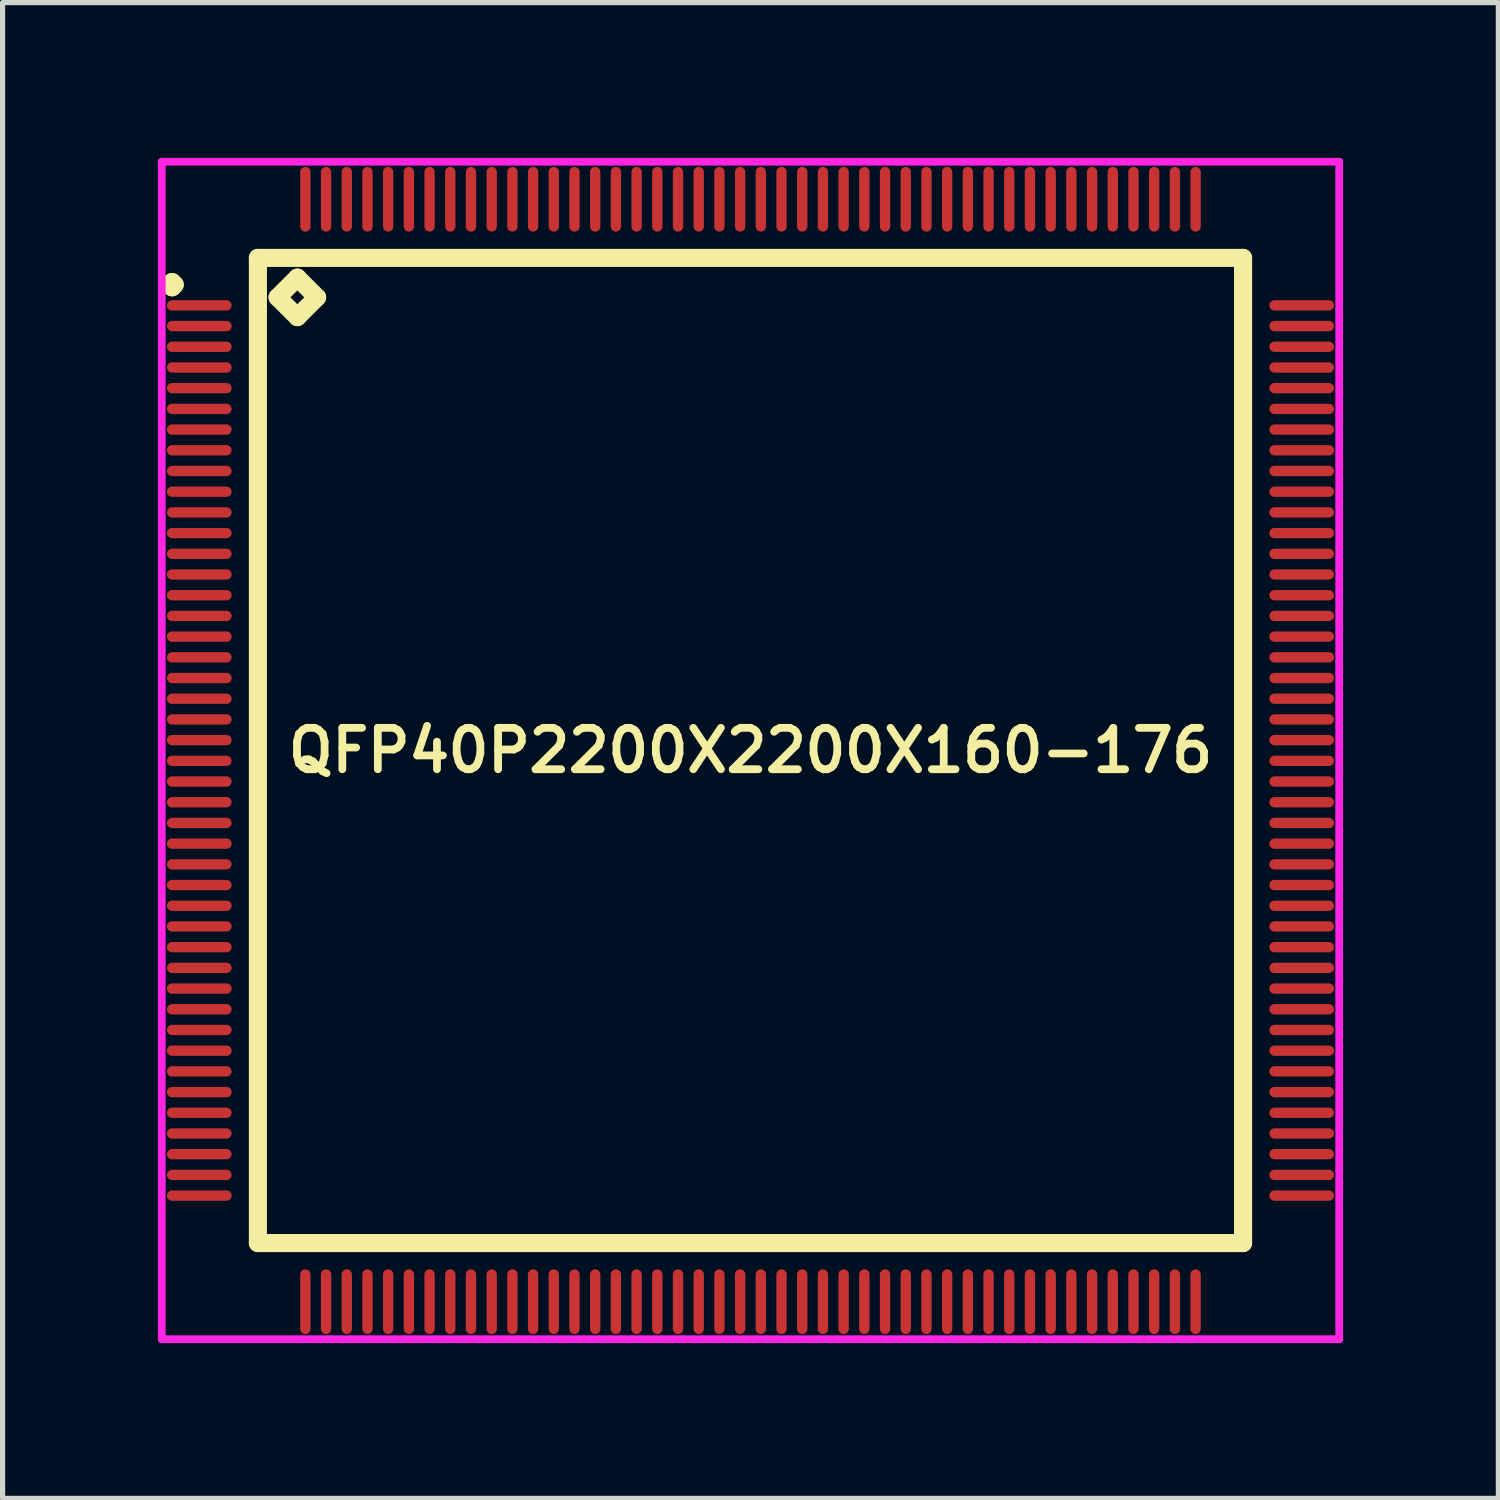
<source format=kicad_pcb>
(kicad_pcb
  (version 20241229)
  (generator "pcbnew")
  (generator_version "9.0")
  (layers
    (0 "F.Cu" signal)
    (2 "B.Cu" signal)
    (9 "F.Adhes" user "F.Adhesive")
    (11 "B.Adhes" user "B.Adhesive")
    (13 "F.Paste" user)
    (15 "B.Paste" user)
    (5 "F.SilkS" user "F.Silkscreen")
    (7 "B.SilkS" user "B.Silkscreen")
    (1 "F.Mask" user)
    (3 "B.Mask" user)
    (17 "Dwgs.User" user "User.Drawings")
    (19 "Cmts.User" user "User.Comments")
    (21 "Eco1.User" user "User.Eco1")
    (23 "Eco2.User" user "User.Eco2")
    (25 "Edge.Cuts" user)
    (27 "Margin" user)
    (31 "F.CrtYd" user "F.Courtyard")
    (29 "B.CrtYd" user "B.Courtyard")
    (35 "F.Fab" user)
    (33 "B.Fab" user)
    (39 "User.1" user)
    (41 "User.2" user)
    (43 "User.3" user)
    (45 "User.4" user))
  (footprint "QFP40P2200X2200X160-176"
    (layer "F.Cu")
    (at 11.45 11.45)
    (property "Reference" "QFP40P2200X2200X160-176" (at 0 0 0) (layer "F.SilkS") (effects (font (size 0.8 0.8) (thickness 0.15))))
    (attr smd)
    (fp_line (start -11.225 -9) (end -11.175 -9.05) (stroke (width 0.35) (type solid)) (layer "F.SilkS"))
    (fp_line (start -11.175 -9.05) (end -11.125 -9) (stroke (width 0.35) (type solid)) (layer "F.SilkS"))
    (fp_line (start -11.175 -8.95) (end -11.225 -9) (stroke (width 0.35) (type solid)) (layer "F.SilkS"))
    (fp_line (start -11.125 -9) (end -11.175 -8.95) (stroke (width 0.35) (type solid)) (layer "F.SilkS"))
    (fp_line (start -9.517 -9.517) (end -9.517 9.517) (stroke (width 0.35) (type solid)) (layer "F.SilkS"))
    (fp_line (start -9.517 9.517) (end 9.517 9.517) (stroke (width 0.35) (type solid)) (layer "F.SilkS"))
    (fp_line (start -9.136 -8.755) (end -8.755 -9.136) (stroke (width 0.35) (type solid)) (layer "F.SilkS"))
    (fp_line (start -8.755 -9.136) (end -8.374 -8.755) (stroke (width 0.35) (type solid)) (layer "F.SilkS"))
    (fp_line (start -8.755 -8.374) (end -9.136 -8.755) (stroke (width 0.35) (type solid)) (layer "F.SilkS"))
    (fp_line (start -8.374 -8.755) (end -8.755 -8.374) (stroke (width 0.35) (type solid)) (layer "F.SilkS"))
    (fp_line (start 9.517 -9.517) (end -9.517 -9.517) (stroke (width 0.35) (type solid)) (layer "F.SilkS"))
    (fp_line (start 9.517 9.517) (end 9.517 -9.517) (stroke (width 0.35) (type solid)) (layer "F.SilkS"))
    (fp_line (start -11.375 -11.375) (end 11.375 -11.375) (stroke (width 0.15) (type solid)) (layer "F.CrtYd"))
    (fp_line (start -11.375 11.375) (end -11.375 -11.375) (stroke (width 0.15) (type solid)) (layer "F.CrtYd"))
    (fp_line (start 11.375 -11.375) (end 11.375 11.375) (stroke (width 0.15) (type solid)) (layer "F.CrtYd"))
    (fp_line (start 11.375 11.375) (end -11.375 11.375) (stroke (width 0.15) (type solid)) (layer "F.CrtYd"))
    (pad "1" smd oval (at -10.65 -8.6) (size 1.25 0.2) (layers "F.Cu" "F.Mask" "F.Paste"))
    (pad "2" smd oval (at -10.65 -8.2) (size 1.25 0.2) (layers "F.Cu" "F.Mask" "F.Paste"))
    (pad "3" smd oval (at -10.65 -7.8) (size 1.25 0.2) (layers "F.Cu" "F.Mask" "F.Paste"))
    (pad "4" smd oval (at -10.65 -7.4) (size 1.25 0.2) (layers "F.Cu" "F.Mask" "F.Paste"))
    (pad "5" smd oval (at -10.65 -7) (size 1.25 0.2) (layers "F.Cu" "F.Mask" "F.Paste"))
    (pad "6" smd oval (at -10.65 -6.6) (size 1.25 0.2) (layers "F.Cu" "F.Mask" "F.Paste"))
    (pad "7" smd oval (at -10.65 -6.2) (size 1.25 0.2) (layers "F.Cu" "F.Mask" "F.Paste"))
    (pad "8" smd oval (at -10.65 -5.8) (size 1.25 0.2) (layers "F.Cu" "F.Mask" "F.Paste"))
    (pad "9" smd oval (at -10.65 -5.4) (size 1.25 0.2) (layers "F.Cu" "F.Mask" "F.Paste"))
    (pad "10" smd oval (at -10.65 -5) (size 1.25 0.2) (layers "F.Cu" "F.Mask" "F.Paste"))
    (pad "11" smd oval (at -10.65 -4.6) (size 1.25 0.2) (layers "F.Cu" "F.Mask" "F.Paste"))
    (pad "12" smd oval (at -10.65 -4.2) (size 1.25 0.2) (layers "F.Cu" "F.Mask" "F.Paste"))
    (pad "13" smd oval (at -10.65 -3.8) (size 1.25 0.2) (layers "F.Cu" "F.Mask" "F.Paste"))
    (pad "14" smd oval (at -10.65 -3.4) (size 1.25 0.2) (layers "F.Cu" "F.Mask" "F.Paste"))
    (pad "15" smd oval (at -10.65 -3) (size 1.25 0.2) (layers "F.Cu" "F.Mask" "F.Paste"))
    (pad "16" smd oval (at -10.65 -2.6) (size 1.25 0.2) (layers "F.Cu" "F.Mask" "F.Paste"))
    (pad "17" smd oval (at -10.65 -2.2) (size 1.25 0.2) (layers "F.Cu" "F.Mask" "F.Paste"))
    (pad "18" smd oval (at -10.65 -1.8) (size 1.25 0.2) (layers "F.Cu" "F.Mask" "F.Paste"))
    (pad "19" smd oval (at -10.65 -1.4) (size 1.25 0.2) (layers "F.Cu" "F.Mask" "F.Paste"))
    (pad "20" smd oval (at -10.65 -1) (size 1.25 0.2) (layers "F.Cu" "F.Mask" "F.Paste"))
    (pad "21" smd oval (at -10.65 -0.6) (size 1.25 0.2) (layers "F.Cu" "F.Mask" "F.Paste"))
    (pad "22" smd oval (at -10.65 -0.2) (size 1.25 0.2) (layers "F.Cu" "F.Mask" "F.Paste"))
    (pad "23" smd oval (at -10.65 0.2) (size 1.25 0.2) (layers "F.Cu" "F.Mask" "F.Paste"))
    (pad "24" smd oval (at -10.65 0.6) (size 1.25 0.2) (layers "F.Cu" "F.Mask" "F.Paste"))
    (pad "25" smd oval (at -10.65 1) (size 1.25 0.2) (layers "F.Cu" "F.Mask" "F.Paste"))
    (pad "26" smd oval (at -10.65 1.4) (size 1.25 0.2) (layers "F.Cu" "F.Mask" "F.Paste"))
    (pad "27" smd oval (at -10.65 1.8) (size 1.25 0.2) (layers "F.Cu" "F.Mask" "F.Paste"))
    (pad "28" smd oval (at -10.65 2.2) (size 1.25 0.2) (layers "F.Cu" "F.Mask" "F.Paste"))
    (pad "29" smd oval (at -10.65 2.6) (size 1.25 0.2) (layers "F.Cu" "F.Mask" "F.Paste"))
    (pad "30" smd oval (at -10.65 3) (size 1.25 0.2) (layers "F.Cu" "F.Mask" "F.Paste"))
    (pad "31" smd oval (at -10.65 3.4) (size 1.25 0.2) (layers "F.Cu" "F.Mask" "F.Paste"))
    (pad "32" smd oval (at -10.65 3.8) (size 1.25 0.2) (layers "F.Cu" "F.Mask" "F.Paste"))
    (pad "33" smd oval (at -10.65 4.2) (size 1.25 0.2) (layers "F.Cu" "F.Mask" "F.Paste"))
    (pad "34" smd oval (at -10.65 4.6) (size 1.25 0.2) (layers "F.Cu" "F.Mask" "F.Paste"))
    (pad "35" smd oval (at -10.65 5) (size 1.25 0.2) (layers "F.Cu" "F.Mask" "F.Paste"))
    (pad "36" smd oval (at -10.65 5.4) (size 1.25 0.2) (layers "F.Cu" "F.Mask" "F.Paste"))
    (pad "37" smd oval (at -10.65 5.8) (size 1.25 0.2) (layers "F.Cu" "F.Mask" "F.Paste"))
    (pad "38" smd oval (at -10.65 6.2) (size 1.25 0.2) (layers "F.Cu" "F.Mask" "F.Paste"))
    (pad "39" smd oval (at -10.65 6.6) (size 1.25 0.2) (layers "F.Cu" "F.Mask" "F.Paste"))
    (pad "40" smd oval (at -10.65 7) (size 1.25 0.2) (layers "F.Cu" "F.Mask" "F.Paste"))
    (pad "41" smd oval (at -10.65 7.4) (size 1.25 0.2) (layers "F.Cu" "F.Mask" "F.Paste"))
    (pad "42" smd oval (at -10.65 7.8) (size 1.25 0.2) (layers "F.Cu" "F.Mask" "F.Paste"))
    (pad "43" smd oval (at -10.65 8.2) (size 1.25 0.2) (layers "F.Cu" "F.Mask" "F.Paste"))
    (pad "44" smd oval (at -10.65 8.6) (size 1.25 0.2) (layers "F.Cu" "F.Mask" "F.Paste"))
    (pad "45" smd oval (at -8.6 10.65) (size 0.2 1.25) (layers "F.Cu" "F.Mask" "F.Paste"))
    (pad "46" smd oval (at -8.2 10.65) (size 0.2 1.25) (layers "F.Cu" "F.Mask" "F.Paste"))
    (pad "47" smd oval (at -7.8 10.65) (size 0.2 1.25) (layers "F.Cu" "F.Mask" "F.Paste"))
    (pad "48" smd oval (at -7.4 10.65) (size 0.2 1.25) (layers "F.Cu" "F.Mask" "F.Paste"))
    (pad "49" smd oval (at -7 10.65) (size 0.2 1.25) (layers "F.Cu" "F.Mask" "F.Paste"))
    (pad "50" smd oval (at -6.6 10.65) (size 0.2 1.25) (layers "F.Cu" "F.Mask" "F.Paste"))
    (pad "51" smd oval (at -6.2 10.65) (size 0.2 1.25) (layers "F.Cu" "F.Mask" "F.Paste"))
    (pad "52" smd oval (at -5.8 10.65) (size 0.2 1.25) (layers "F.Cu" "F.Mask" "F.Paste"))
    (pad "53" smd oval (at -5.4 10.65) (size 0.2 1.25) (layers "F.Cu" "F.Mask" "F.Paste"))
    (pad "54" smd oval (at -5 10.65) (size 0.2 1.25) (layers "F.Cu" "F.Mask" "F.Paste"))
    (pad "55" smd oval (at -4.6 10.65) (size 0.2 1.25) (layers "F.Cu" "F.Mask" "F.Paste"))
    (pad "56" smd oval (at -4.2 10.65) (size 0.2 1.25) (layers "F.Cu" "F.Mask" "F.Paste"))
    (pad "57" smd oval (at -3.8 10.65) (size 0.2 1.25) (layers "F.Cu" "F.Mask" "F.Paste"))
    (pad "58" smd oval (at -3.4 10.65) (size 0.2 1.25) (layers "F.Cu" "F.Mask" "F.Paste"))
    (pad "59" smd oval (at -3 10.65) (size 0.2 1.25) (layers "F.Cu" "F.Mask" "F.Paste"))
    (pad "60" smd oval (at -2.6 10.65) (size 0.2 1.25) (layers "F.Cu" "F.Mask" "F.Paste"))
    (pad "61" smd oval (at -2.2 10.65) (size 0.2 1.25) (layers "F.Cu" "F.Mask" "F.Paste"))
    (pad "62" smd oval (at -1.8 10.65) (size 0.2 1.25) (layers "F.Cu" "F.Mask" "F.Paste"))
    (pad "63" smd oval (at -1.4 10.65) (size 0.2 1.25) (layers "F.Cu" "F.Mask" "F.Paste"))
    (pad "64" smd oval (at -1 10.65) (size 0.2 1.25) (layers "F.Cu" "F.Mask" "F.Paste"))
    (pad "65" smd oval (at -0.6 10.65) (size 0.2 1.25) (layers "F.Cu" "F.Mask" "F.Paste"))
    (pad "66" smd oval (at -0.2 10.65) (size 0.2 1.25) (layers "F.Cu" "F.Mask" "F.Paste"))
    (pad "67" smd oval (at 0.2 10.65) (size 0.2 1.25) (layers "F.Cu" "F.Mask" "F.Paste"))
    (pad "68" smd oval (at 0.6 10.65) (size 0.2 1.25) (layers "F.Cu" "F.Mask" "F.Paste"))
    (pad "69" smd oval (at 1 10.65) (size 0.2 1.25) (layers "F.Cu" "F.Mask" "F.Paste"))
    (pad "70" smd oval (at 1.4 10.65) (size 0.2 1.25) (layers "F.Cu" "F.Mask" "F.Paste"))
    (pad "71" smd oval (at 1.8 10.65) (size 0.2 1.25) (layers "F.Cu" "F.Mask" "F.Paste"))
    (pad "72" smd oval (at 2.2 10.65) (size 0.2 1.25) (layers "F.Cu" "F.Mask" "F.Paste"))
    (pad "73" smd oval (at 2.6 10.65) (size 0.2 1.25) (layers "F.Cu" "F.Mask" "F.Paste"))
    (pad "74" smd oval (at 3 10.65) (size 0.2 1.25) (layers "F.Cu" "F.Mask" "F.Paste"))
    (pad "75" smd oval (at 3.4 10.65) (size 0.2 1.25) (layers "F.Cu" "F.Mask" "F.Paste"))
    (pad "76" smd oval (at 3.8 10.65) (size 0.2 1.25) (layers "F.Cu" "F.Mask" "F.Paste"))
    (pad "77" smd oval (at 4.2 10.65) (size 0.2 1.25) (layers "F.Cu" "F.Mask" "F.Paste"))
    (pad "78" smd oval (at 4.6 10.65) (size 0.2 1.25) (layers "F.Cu" "F.Mask" "F.Paste"))
    (pad "79" smd oval (at 5 10.65) (size 0.2 1.25) (layers "F.Cu" "F.Mask" "F.Paste"))
    (pad "80" smd oval (at 5.4 10.65) (size 0.2 1.25) (layers "F.Cu" "F.Mask" "F.Paste"))
    (pad "81" smd oval (at 5.8 10.65) (size 0.2 1.25) (layers "F.Cu" "F.Mask" "F.Paste"))
    (pad "82" smd oval (at 6.2 10.65) (size 0.2 1.25) (layers "F.Cu" "F.Mask" "F.Paste"))
    (pad "83" smd oval (at 6.6 10.65) (size 0.2 1.25) (layers "F.Cu" "F.Mask" "F.Paste"))
    (pad "84" smd oval (at 7 10.65) (size 0.2 1.25) (layers "F.Cu" "F.Mask" "F.Paste"))
    (pad "85" smd oval (at 7.4 10.65) (size 0.2 1.25) (layers "F.Cu" "F.Mask" "F.Paste"))
    (pad "86" smd oval (at 7.8 10.65) (size 0.2 1.25) (layers "F.Cu" "F.Mask" "F.Paste"))
    (pad "87" smd oval (at 8.2 10.65) (size 0.2 1.25) (layers "F.Cu" "F.Mask" "F.Paste"))
    (pad "88" smd oval (at 8.6 10.65) (size 0.2 1.25) (layers "F.Cu" "F.Mask" "F.Paste"))
    (pad "89" smd oval (at 10.65 8.6) (size 1.25 0.2) (layers "F.Cu" "F.Mask" "F.Paste"))
    (pad "90" smd oval (at 10.65 8.2) (size 1.25 0.2) (layers "F.Cu" "F.Mask" "F.Paste"))
    (pad "91" smd oval (at 10.65 7.8) (size 1.25 0.2) (layers "F.Cu" "F.Mask" "F.Paste"))
    (pad "92" smd oval (at 10.65 7.4) (size 1.25 0.2) (layers "F.Cu" "F.Mask" "F.Paste"))
    (pad "93" smd oval (at 10.65 7) (size 1.25 0.2) (layers "F.Cu" "F.Mask" "F.Paste"))
    (pad "94" smd oval (at 10.65 6.6) (size 1.25 0.2) (layers "F.Cu" "F.Mask" "F.Paste"))
    (pad "95" smd oval (at 10.65 6.2) (size 1.25 0.2) (layers "F.Cu" "F.Mask" "F.Paste"))
    (pad "96" smd oval (at 10.65 5.8) (size 1.25 0.2) (layers "F.Cu" "F.Mask" "F.Paste"))
    (pad "97" smd oval (at 10.65 5.4) (size 1.25 0.2) (layers "F.Cu" "F.Mask" "F.Paste"))
    (pad "98" smd oval (at 10.65 5) (size 1.25 0.2) (layers "F.Cu" "F.Mask" "F.Paste"))
    (pad "99" smd oval (at 10.65 4.6) (size 1.25 0.2) (layers "F.Cu" "F.Mask" "F.Paste"))
    (pad "100" smd oval (at 10.65 4.2) (size 1.25 0.2) (layers "F.Cu" "F.Mask" "F.Paste"))
    (pad "101" smd oval (at 10.65 3.8) (size 1.25 0.2) (layers "F.Cu" "F.Mask" "F.Paste"))
    (pad "102" smd oval (at 10.65 3.4) (size 1.25 0.2) (layers "F.Cu" "F.Mask" "F.Paste"))
    (pad "103" smd oval (at 10.65 3) (size 1.25 0.2) (layers "F.Cu" "F.Mask" "F.Paste"))
    (pad "104" smd oval (at 10.65 2.6) (size 1.25 0.2) (layers "F.Cu" "F.Mask" "F.Paste"))
    (pad "105" smd oval (at 10.65 2.2) (size 1.25 0.2) (layers "F.Cu" "F.Mask" "F.Paste"))
    (pad "106" smd oval (at 10.65 1.8) (size 1.25 0.2) (layers "F.Cu" "F.Mask" "F.Paste"))
    (pad "107" smd oval (at 10.65 1.4) (size 1.25 0.2) (layers "F.Cu" "F.Mask" "F.Paste"))
    (pad "108" smd oval (at 10.65 1) (size 1.25 0.2) (layers "F.Cu" "F.Mask" "F.Paste"))
    (pad "109" smd oval (at 10.65 0.6) (size 1.25 0.2) (layers "F.Cu" "F.Mask" "F.Paste"))
    (pad "110" smd oval (at 10.65 0.2) (size 1.25 0.2) (layers "F.Cu" "F.Mask" "F.Paste"))
    (pad "111" smd oval (at 10.65 -0.2) (size 1.25 0.2) (layers "F.Cu" "F.Mask" "F.Paste"))
    (pad "112" smd oval (at 10.65 -0.6) (size 1.25 0.2) (layers "F.Cu" "F.Mask" "F.Paste"))
    (pad "113" smd oval (at 10.65 -1) (size 1.25 0.2) (layers "F.Cu" "F.Mask" "F.Paste"))
    (pad "114" smd oval (at 10.65 -1.4) (size 1.25 0.2) (layers "F.Cu" "F.Mask" "F.Paste"))
    (pad "115" smd oval (at 10.65 -1.8) (size 1.25 0.2) (layers "F.Cu" "F.Mask" "F.Paste"))
    (pad "116" smd oval (at 10.65 -2.2) (size 1.25 0.2) (layers "F.Cu" "F.Mask" "F.Paste"))
    (pad "117" smd oval (at 10.65 -2.6) (size 1.25 0.2) (layers "F.Cu" "F.Mask" "F.Paste"))
    (pad "118" smd oval (at 10.65 -3) (size 1.25 0.2) (layers "F.Cu" "F.Mask" "F.Paste"))
    (pad "119" smd oval (at 10.65 -3.4) (size 1.25 0.2) (layers "F.Cu" "F.Mask" "F.Paste"))
    (pad "120" smd oval (at 10.65 -3.8) (size 1.25 0.2) (layers "F.Cu" "F.Mask" "F.Paste"))
    (pad "121" smd oval (at 10.65 -4.2) (size 1.25 0.2) (layers "F.Cu" "F.Mask" "F.Paste"))
    (pad "122" smd oval (at 10.65 -4.6) (size 1.25 0.2) (layers "F.Cu" "F.Mask" "F.Paste"))
    (pad "123" smd oval (at 10.65 -5) (size 1.25 0.2) (layers "F.Cu" "F.Mask" "F.Paste"))
    (pad "124" smd oval (at 10.65 -5.4) (size 1.25 0.2) (layers "F.Cu" "F.Mask" "F.Paste"))
    (pad "125" smd oval (at 10.65 -5.8) (size 1.25 0.2) (layers "F.Cu" "F.Mask" "F.Paste"))
    (pad "126" smd oval (at 10.65 -6.2) (size 1.25 0.2) (layers "F.Cu" "F.Mask" "F.Paste"))
    (pad "127" smd oval (at 10.65 -6.6) (size 1.25 0.2) (layers "F.Cu" "F.Mask" "F.Paste"))
    (pad "128" smd oval (at 10.65 -7) (size 1.25 0.2) (layers "F.Cu" "F.Mask" "F.Paste"))
    (pad "129" smd oval (at 10.65 -7.4) (size 1.25 0.2) (layers "F.Cu" "F.Mask" "F.Paste"))
    (pad "130" smd oval (at 10.65 -7.8) (size 1.25 0.2) (layers "F.Cu" "F.Mask" "F.Paste"))
    (pad "131" smd oval (at 10.65 -8.2) (size 1.25 0.2) (layers "F.Cu" "F.Mask" "F.Paste"))
    (pad "132" smd oval (at 10.65 -8.6) (size 1.25 0.2) (layers "F.Cu" "F.Mask" "F.Paste"))
    (pad "133" smd oval (at 8.6 -10.65) (size 0.2 1.25) (layers "F.Cu" "F.Mask" "F.Paste"))
    (pad "134" smd oval (at 8.2 -10.65) (size 0.2 1.25) (layers "F.Cu" "F.Mask" "F.Paste"))
    (pad "135" smd oval (at 7.8 -10.65) (size 0.2 1.25) (layers "F.Cu" "F.Mask" "F.Paste"))
    (pad "136" smd oval (at 7.4 -10.65) (size 0.2 1.25) (layers "F.Cu" "F.Mask" "F.Paste"))
    (pad "137" smd oval (at 7 -10.65) (size 0.2 1.25) (layers "F.Cu" "F.Mask" "F.Paste"))
    (pad "138" smd oval (at 6.6 -10.65) (size 0.2 1.25) (layers "F.Cu" "F.Mask" "F.Paste"))
    (pad "139" smd oval (at 6.2 -10.65) (size 0.2 1.25) (layers "F.Cu" "F.Mask" "F.Paste"))
    (pad "140" smd oval (at 5.8 -10.65) (size 0.2 1.25) (layers "F.Cu" "F.Mask" "F.Paste"))
    (pad "141" smd oval (at 5.4 -10.65) (size 0.2 1.25) (layers "F.Cu" "F.Mask" "F.Paste"))
    (pad "142" smd oval (at 5 -10.65) (size 0.2 1.25) (layers "F.Cu" "F.Mask" "F.Paste"))
    (pad "143" smd oval (at 4.6 -10.65) (size 0.2 1.25) (layers "F.Cu" "F.Mask" "F.Paste"))
    (pad "144" smd oval (at 4.2 -10.65) (size 0.2 1.25) (layers "F.Cu" "F.Mask" "F.Paste"))
    (pad "145" smd oval (at 3.8 -10.65) (size 0.2 1.25) (layers "F.Cu" "F.Mask" "F.Paste"))
    (pad "146" smd oval (at 3.4 -10.65) (size 0.2 1.25) (layers "F.Cu" "F.Mask" "F.Paste"))
    (pad "147" smd oval (at 3 -10.65) (size 0.2 1.25) (layers "F.Cu" "F.Mask" "F.Paste"))
    (pad "148" smd oval (at 2.6 -10.65) (size 0.2 1.25) (layers "F.Cu" "F.Mask" "F.Paste"))
    (pad "149" smd oval (at 2.2 -10.65) (size 0.2 1.25) (layers "F.Cu" "F.Mask" "F.Paste"))
    (pad "150" smd oval (at 1.8 -10.65) (size 0.2 1.25) (layers "F.Cu" "F.Mask" "F.Paste"))
    (pad "151" smd oval (at 1.4 -10.65) (size 0.2 1.25) (layers "F.Cu" "F.Mask" "F.Paste"))
    (pad "152" smd oval (at 1 -10.65) (size 0.2 1.25) (layers "F.Cu" "F.Mask" "F.Paste"))
    (pad "153" smd oval (at 0.6 -10.65) (size 0.2 1.25) (layers "F.Cu" "F.Mask" "F.Paste"))
    (pad "154" smd oval (at 0.2 -10.65) (size 0.2 1.25) (layers "F.Cu" "F.Mask" "F.Paste"))
    (pad "155" smd oval (at -0.2 -10.65) (size 0.2 1.25) (layers "F.Cu" "F.Mask" "F.Paste"))
    (pad "156" smd oval (at -0.6 -10.65) (size 0.2 1.25) (layers "F.Cu" "F.Mask" "F.Paste"))
    (pad "157" smd oval (at -1 -10.65) (size 0.2 1.25) (layers "F.Cu" "F.Mask" "F.Paste"))
    (pad "158" smd oval (at -1.4 -10.65) (size 0.2 1.25) (layers "F.Cu" "F.Mask" "F.Paste"))
    (pad "159" smd oval (at -1.8 -10.65) (size 0.2 1.25) (layers "F.Cu" "F.Mask" "F.Paste"))
    (pad "160" smd oval (at -2.2 -10.65) (size 0.2 1.25) (layers "F.Cu" "F.Mask" "F.Paste"))
    (pad "161" smd oval (at -2.6 -10.65) (size 0.2 1.25) (layers "F.Cu" "F.Mask" "F.Paste"))
    (pad "162" smd oval (at -3 -10.65) (size 0.2 1.25) (layers "F.Cu" "F.Mask" "F.Paste"))
    (pad "163" smd oval (at -3.4 -10.65) (size 0.2 1.25) (layers "F.Cu" "F.Mask" "F.Paste"))
    (pad "164" smd oval (at -3.8 -10.65) (size 0.2 1.25) (layers "F.Cu" "F.Mask" "F.Paste"))
    (pad "165" smd oval (at -4.2 -10.65) (size 0.2 1.25) (layers "F.Cu" "F.Mask" "F.Paste"))
    (pad "166" smd oval (at -4.6 -10.65) (size 0.2 1.25) (layers "F.Cu" "F.Mask" "F.Paste"))
    (pad "167" smd oval (at -5 -10.65) (size 0.2 1.25) (layers "F.Cu" "F.Mask" "F.Paste"))
    (pad "168" smd oval (at -5.4 -10.65) (size 0.2 1.25) (layers "F.Cu" "F.Mask" "F.Paste"))
    (pad "169" smd oval (at -5.8 -10.65) (size 0.2 1.25) (layers "F.Cu" "F.Mask" "F.Paste"))
    (pad "170" smd oval (at -6.2 -10.65) (size 0.2 1.25) (layers "F.Cu" "F.Mask" "F.Paste"))
    (pad "171" smd oval (at -6.6 -10.65) (size 0.2 1.25) (layers "F.Cu" "F.Mask" "F.Paste"))
    (pad "172" smd oval (at -7 -10.65) (size 0.2 1.25) (layers "F.Cu" "F.Mask" "F.Paste"))
    (pad "173" smd oval (at -7.4 -10.65) (size 0.2 1.25) (layers "F.Cu" "F.Mask" "F.Paste"))
    (pad "174" smd oval (at -7.8 -10.65) (size 0.2 1.25) (layers "F.Cu" "F.Mask" "F.Paste"))
    (pad "175" smd oval (at -8.2 -10.65) (size 0.2 1.25) (layers "F.Cu" "F.Mask" "F.Paste"))
    (pad "176" smd oval (at -8.6 -10.65) (size 0.2 1.25) (layers "F.Cu" "F.Mask" "F.Paste")))
  (gr_rect
    (start -3 -3)
    (end 25.9 25.9)
    (stroke (width 0.1) (type default))
    (fill no)
    (layer "Edge.Cuts")))
</source>
